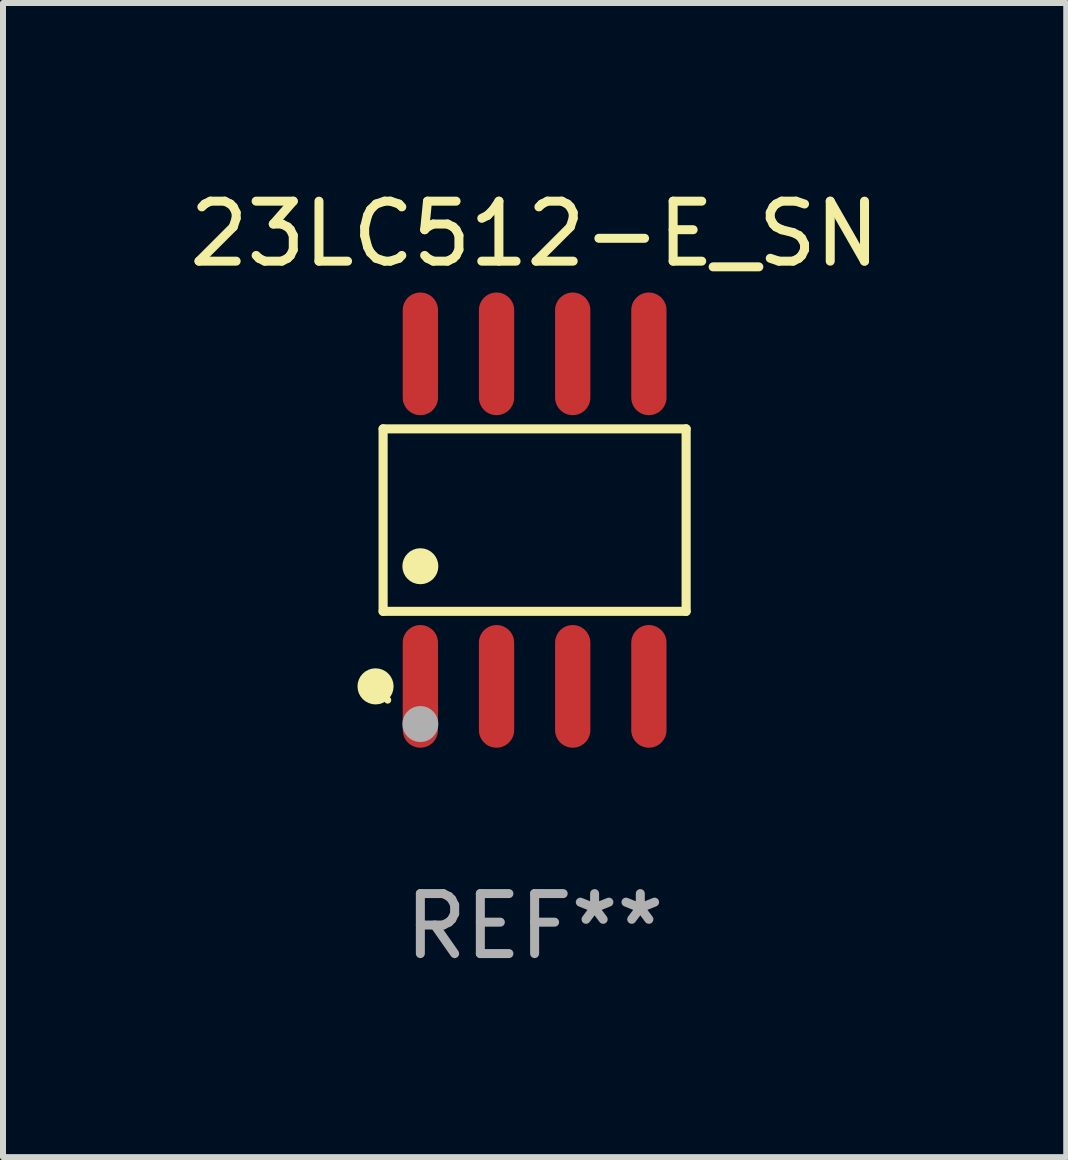
<source format=kicad_pcb>
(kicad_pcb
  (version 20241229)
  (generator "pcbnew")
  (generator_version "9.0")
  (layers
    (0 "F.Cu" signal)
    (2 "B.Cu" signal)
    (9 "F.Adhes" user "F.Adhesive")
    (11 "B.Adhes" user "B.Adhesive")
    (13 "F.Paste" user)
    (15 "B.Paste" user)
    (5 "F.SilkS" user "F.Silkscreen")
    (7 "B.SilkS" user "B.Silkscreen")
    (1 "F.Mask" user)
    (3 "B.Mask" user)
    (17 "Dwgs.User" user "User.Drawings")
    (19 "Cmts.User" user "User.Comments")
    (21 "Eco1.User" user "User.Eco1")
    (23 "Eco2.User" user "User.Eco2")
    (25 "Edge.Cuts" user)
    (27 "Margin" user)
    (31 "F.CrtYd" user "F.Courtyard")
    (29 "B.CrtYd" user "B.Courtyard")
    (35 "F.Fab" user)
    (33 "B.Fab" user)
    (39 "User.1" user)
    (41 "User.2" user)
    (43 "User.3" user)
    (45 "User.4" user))
  (footprint "23LC512-E_SN"
    (layer "F.Cu")
    (at 5.863 5.621)
    (property "Reference" "23LC512-E_SN" (at 0 -4.772 0) (layer "F.SilkS") (effects (font (size 1 1) (thickness 0.15))))
    (attr through_hole)
    (fp_line (start -2.526 -1.521) (end 2.526 -1.521) (stroke (width 0.152) (type solid)) (layer "F.SilkS"))
    (fp_line (start -2.526 1.521) (end -2.526 -1.521) (stroke (width 0.152) (type solid)) (layer "F.SilkS"))
    (fp_line (start 2.526 -1.521) (end 2.526 1.521) (stroke (width 0.152) (type solid)) (layer "F.SilkS"))
    (fp_line (start 2.526 1.521) (end -2.526 1.521) (stroke (width 0.152) (type solid)) (layer "F.SilkS"))
    (fp_circle (center -2.652 2.772) (end -2.501 2.772) (stroke (width 0.3) (type solid)) (fill no) (layer "F.SilkS"))
    (fp_circle (center -2.45 3) (end -2.42 3) (stroke (width 0.06) (type solid)) (fill no) (layer "F.SilkS"))
    (fp_circle (center -1.905 0.769) (end -1.755 0.769) (stroke (width 0.3) (type solid)) (fill no) (layer "F.SilkS"))
    (fp_circle (center -1.905 3.4) (end -1.755 3.4) (stroke (width 0.3) (type solid)) (fill no) (layer "F.Fab"))
    (fp_text user "REF**" (at 0 6.772 0) (layer "F.Fab") (effects (font (size 1 1) (thickness 0.15))))
    (pad "1" smd oval (at -1.905 2.772) (size 0.588 2.045) (layers "F.Cu" "F.Mask" "F.Paste"))
    (pad "2" smd oval (at -0.635 2.772) (size 0.588 2.045) (layers "F.Cu" "F.Mask" "F.Paste"))
    (pad "3" smd oval (at 0.635 2.772) (size 0.588 2.045) (layers "F.Cu" "F.Mask" "F.Paste"))
    (pad "4" smd oval (at 1.905 2.772) (size 0.588 2.045) (layers "F.Cu" "F.Mask" "F.Paste"))
    (pad "5" smd oval (at 1.905 -2.772) (size 0.588 2.045) (layers "F.Cu" "F.Mask" "F.Paste"))
    (pad "6" smd oval (at 0.635 -2.772) (size 0.588 2.045) (layers "F.Cu" "F.Mask" "F.Paste"))
    (pad "7" smd oval (at -0.635 -2.772) (size 0.588 2.045) (layers "F.Cu" "F.Mask" "F.Paste"))
    (pad "8" smd oval (at -1.905 -2.772) (size 0.588 2.045) (layers "F.Cu" "F.Mask" "F.Paste")))
  (gr_rect
    (start -3 -3)
    (end 14.726 16.241)
    (stroke (width 0.1) (type default))
    (fill no)
    (layer "Edge.Cuts")))
</source>
